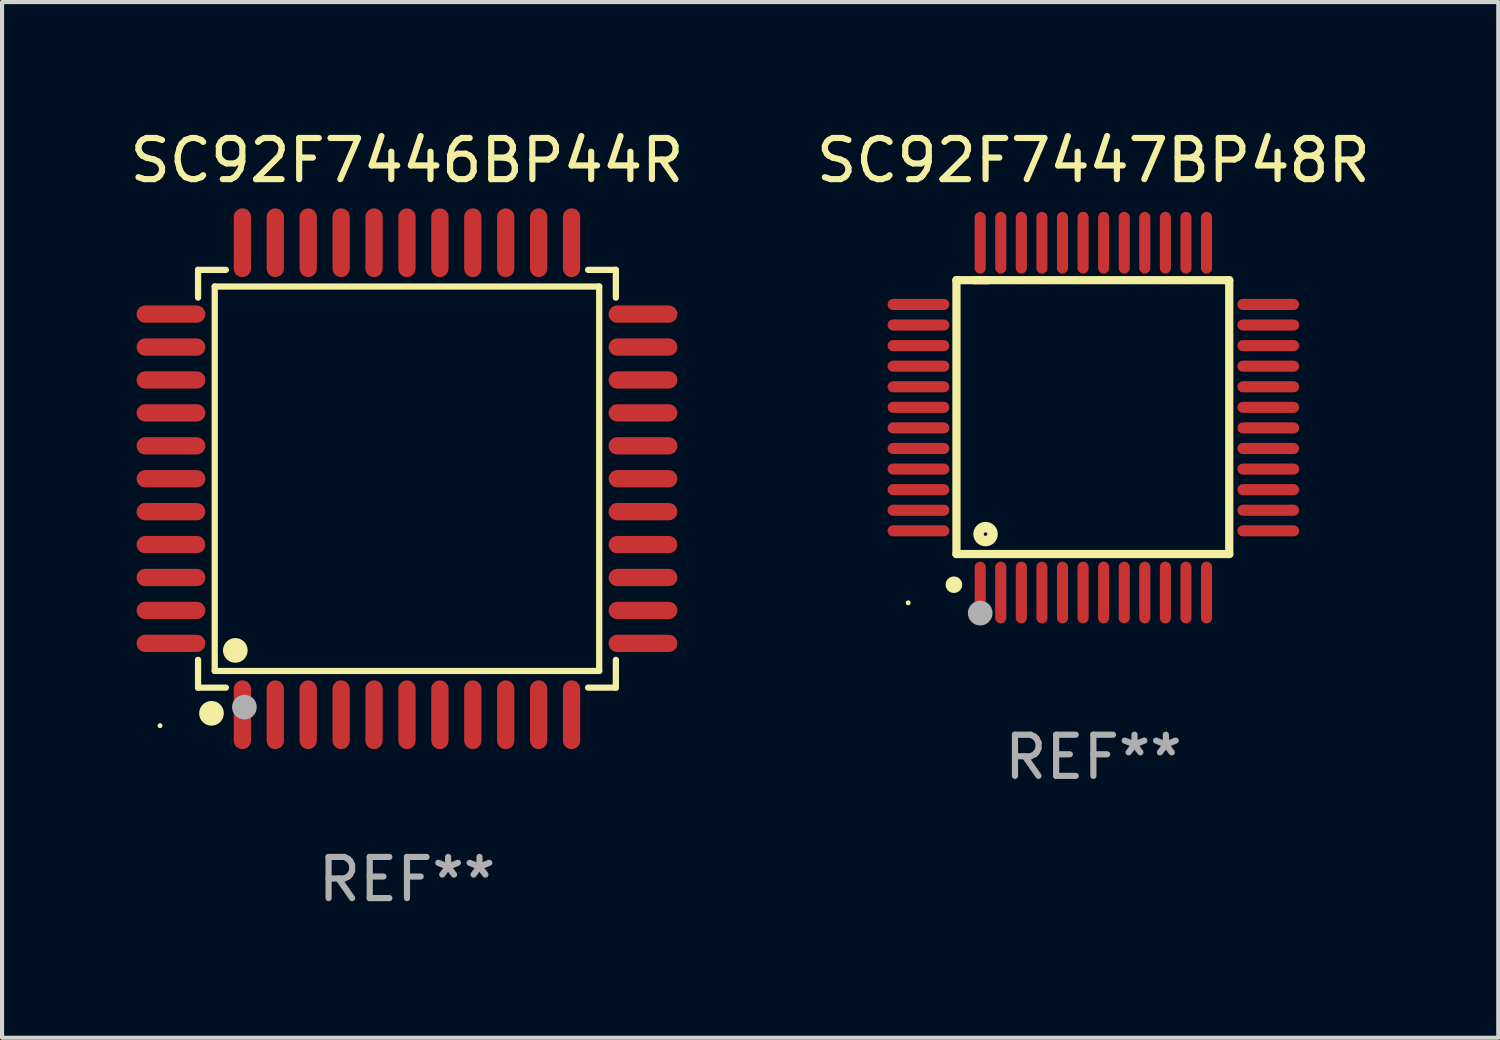
<source format=kicad_pcb>
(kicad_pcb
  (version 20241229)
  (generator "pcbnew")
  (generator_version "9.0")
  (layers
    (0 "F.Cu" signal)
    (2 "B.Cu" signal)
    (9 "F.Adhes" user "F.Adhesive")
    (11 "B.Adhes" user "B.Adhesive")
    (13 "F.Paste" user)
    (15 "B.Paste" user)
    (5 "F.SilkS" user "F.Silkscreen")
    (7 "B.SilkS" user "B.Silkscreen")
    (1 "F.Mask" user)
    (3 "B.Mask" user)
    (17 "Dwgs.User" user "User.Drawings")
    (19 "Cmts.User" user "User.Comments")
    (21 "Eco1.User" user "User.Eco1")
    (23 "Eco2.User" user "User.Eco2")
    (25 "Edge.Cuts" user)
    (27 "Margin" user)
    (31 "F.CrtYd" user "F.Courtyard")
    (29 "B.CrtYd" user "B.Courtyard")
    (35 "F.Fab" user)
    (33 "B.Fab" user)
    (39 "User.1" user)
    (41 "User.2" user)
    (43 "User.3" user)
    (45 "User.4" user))
  (footprint "SC92F7446BP44R"
    (layer "F.Cu")
    (at 6.839 8.583)
    (property "Reference" "SC92F7446BP44R" (at 0 -7.735 0) (layer "F.SilkS") (effects (font (size 1 1) (thickness 0.15))))
    (attr through_hole)
    (fp_line (start -5.076 -5.076) (end -4.401 -5.076) (stroke (width 0.152) (type solid)) (layer "F.SilkS"))
    (fp_line (start -5.076 -4.401) (end -5.076 -5.076) (stroke (width 0.152) (type solid)) (layer "F.SilkS"))
    (fp_line (start -5.076 4.401) (end -5.076 5.076) (stroke (width 0.152) (type solid)) (layer "F.SilkS"))
    (fp_line (start -5.076 5.076) (end -4.401 5.076) (stroke (width 0.152) (type solid)) (layer "F.SilkS"))
    (fp_line (start -4.671 -4.671) (end 4.671 -4.671) (stroke (width 0.152) (type solid)) (layer "F.SilkS"))
    (fp_line (start -4.671 4.671) (end -4.671 -4.671) (stroke (width 0.152) (type solid)) (layer "F.SilkS"))
    (fp_line (start 4.671 -4.671) (end 4.671 4.671) (stroke (width 0.152) (type solid)) (layer "F.SilkS"))
    (fp_line (start 4.671 4.671) (end -4.671 4.671) (stroke (width 0.152) (type solid)) (layer "F.SilkS"))
    (fp_line (start 5.076 -5.076) (end 4.401 -5.076) (stroke (width 0.152) (type solid)) (layer "F.SilkS"))
    (fp_line (start 5.076 -4.401) (end 5.076 -5.076) (stroke (width 0.152) (type solid)) (layer "F.SilkS"))
    (fp_line (start 5.076 4.401) (end 5.076 5.076) (stroke (width 0.152) (type solid)) (layer "F.SilkS"))
    (fp_line (start 5.076 5.076) (end 4.401 5.076) (stroke (width 0.152) (type solid)) (layer "F.SilkS"))
    (fp_circle (center -6 6) (end -5.97 6) (stroke (width 0.06) (type solid)) (fill no) (layer "F.SilkS"))
    (fp_circle (center -4.75 5.7) (end -4.6 5.7) (stroke (width 0.3) (type solid)) (fill no) (layer "F.SilkS"))
    (fp_circle (center -4.171 4.171) (end -4.021 4.171) (stroke (width 0.3) (type solid)) (fill no) (layer "F.SilkS"))
    (fp_circle (center -3.95 5.55) (end -3.8 5.55) (stroke (width 0.3) (type solid)) (fill no) (layer "F.Fab"))
    (fp_text user "REF**" (at 0 9.735 0) (layer "F.Fab") (effects (font (size 1 1) (thickness 0.15))))
    (pad "1" smd oval (at -4 5.735) (size 0.42 1.67) (layers "F.Cu" "F.Mask" "F.Paste"))
    (pad "2" smd oval (at -3.2 5.735) (size 0.42 1.67) (layers "F.Cu" "F.Mask" "F.Paste"))
    (pad "3" smd oval (at -2.4 5.735) (size 0.42 1.67) (layers "F.Cu" "F.Mask" "F.Paste"))
    (pad "4" smd oval (at -1.6 5.735) (size 0.42 1.67) (layers "F.Cu" "F.Mask" "F.Paste"))
    (pad "5" smd oval (at -0.8 5.735) (size 0.42 1.67) (layers "F.Cu" "F.Mask" "F.Paste"))
    (pad "6" smd oval (at 0 5.735) (size 0.42 1.67) (layers "F.Cu" "F.Mask" "F.Paste"))
    (pad "7" smd oval (at 0.8 5.735) (size 0.42 1.67) (layers "F.Cu" "F.Mask" "F.Paste"))
    (pad "8" smd oval (at 1.6 5.735) (size 0.42 1.67) (layers "F.Cu" "F.Mask" "F.Paste"))
    (pad "9" smd oval (at 2.4 5.735) (size 0.42 1.67) (layers "F.Cu" "F.Mask" "F.Paste"))
    (pad "10" smd oval (at 3.2 5.735) (size 0.42 1.67) (layers "F.Cu" "F.Mask" "F.Paste"))
    (pad "11" smd oval (at 4 5.735) (size 0.42 1.67) (layers "F.Cu" "F.Mask" "F.Paste"))
    (pad "12" smd oval (at 5.735 4) (size 1.67 0.42) (layers "F.Cu" "F.Mask" "F.Paste"))
    (pad "13" smd oval (at 5.735 3.2) (size 1.67 0.42) (layers "F.Cu" "F.Mask" "F.Paste"))
    (pad "14" smd oval (at 5.735 2.4) (size 1.67 0.42) (layers "F.Cu" "F.Mask" "F.Paste"))
    (pad "15" smd oval (at 5.735 1.6) (size 1.67 0.42) (layers "F.Cu" "F.Mask" "F.Paste"))
    (pad "16" smd oval (at 5.735 0.8) (size 1.67 0.42) (layers "F.Cu" "F.Mask" "F.Paste"))
    (pad "17" smd oval (at 5.735 0) (size 1.67 0.42) (layers "F.Cu" "F.Mask" "F.Paste"))
    (pad "18" smd oval (at 5.735 -0.8) (size 1.67 0.42) (layers "F.Cu" "F.Mask" "F.Paste"))
    (pad "19" smd oval (at 5.735 -1.6) (size 1.67 0.42) (layers "F.Cu" "F.Mask" "F.Paste"))
    (pad "20" smd oval (at 5.735 -2.4) (size 1.67 0.42) (layers "F.Cu" "F.Mask" "F.Paste"))
    (pad "21" smd oval (at 5.735 -3.2) (size 1.67 0.42) (layers "F.Cu" "F.Mask" "F.Paste"))
    (pad "22" smd oval (at 5.735 -4) (size 1.67 0.42) (layers "F.Cu" "F.Mask" "F.Paste"))
    (pad "23" smd oval (at 4 -5.735) (size 0.42 1.67) (layers "F.Cu" "F.Mask" "F.Paste"))
    (pad "24" smd oval (at 3.2 -5.735) (size 0.42 1.67) (layers "F.Cu" "F.Mask" "F.Paste"))
    (pad "25" smd oval (at 2.4 -5.735) (size 0.42 1.67) (layers "F.Cu" "F.Mask" "F.Paste"))
    (pad "26" smd oval (at 1.6 -5.735) (size 0.42 1.67) (layers "F.Cu" "F.Mask" "F.Paste"))
    (pad "27" smd oval (at 0.8 -5.735) (size 0.42 1.67) (layers "F.Cu" "F.Mask" "F.Paste"))
    (pad "28" smd oval (at 0 -5.735) (size 0.42 1.67) (layers "F.Cu" "F.Mask" "F.Paste"))
    (pad "29" smd oval (at -0.8 -5.735) (size 0.42 1.67) (layers "F.Cu" "F.Mask" "F.Paste"))
    (pad "30" smd oval (at -1.6 -5.735) (size 0.42 1.67) (layers "F.Cu" "F.Mask" "F.Paste"))
    (pad "31" smd oval (at -2.4 -5.735) (size 0.42 1.67) (layers "F.Cu" "F.Mask" "F.Paste"))
    (pad "32" smd oval (at -3.2 -5.735) (size 0.42 1.67) (layers "F.Cu" "F.Mask" "F.Paste"))
    (pad "33" smd oval (at -4 -5.735) (size 0.42 1.67) (layers "F.Cu" "F.Mask" "F.Paste"))
    (pad "34" smd oval (at -5.735 -4) (size 1.67 0.42) (layers "F.Cu" "F.Mask" "F.Paste"))
    (pad "35" smd oval (at -5.735 -3.2) (size 1.67 0.42) (layers "F.Cu" "F.Mask" "F.Paste"))
    (pad "36" smd oval (at -5.735 -2.4) (size 1.67 0.42) (layers "F.Cu" "F.Mask" "F.Paste"))
    (pad "37" smd oval (at -5.735 -1.6) (size 1.67 0.42) (layers "F.Cu" "F.Mask" "F.Paste"))
    (pad "38" smd oval (at -5.735 -0.8) (size 1.67 0.42) (layers "F.Cu" "F.Mask" "F.Paste"))
    (pad "39" smd oval (at -5.735 0) (size 1.67 0.42) (layers "F.Cu" "F.Mask" "F.Paste"))
    (pad "40" smd oval (at -5.735 0.8) (size 1.67 0.42) (layers "F.Cu" "F.Mask" "F.Paste"))
    (pad "41" smd oval (at -5.735 1.6) (size 1.67 0.42) (layers "F.Cu" "F.Mask" "F.Paste"))
    (pad "42" smd oval (at -5.735 2.4) (size 1.67 0.42) (layers "F.Cu" "F.Mask" "F.Paste"))
    (pad "43" smd oval (at -5.735 3.2) (size 1.67 0.42) (layers "F.Cu" "F.Mask" "F.Paste"))
    (pad "44" smd oval (at -5.735 4) (size 1.67 0.42) (layers "F.Cu" "F.Mask" "F.Paste")))
  (footprint "SC92F7447BP48R"
    (layer "F.Cu")
    (at 23.518 7.098)
    (property "Reference" "SC92F7447BP48R" (at 0 -6.25 0) (layer "F.SilkS") (effects (font (size 1 1) (thickness 0.15))))
    (attr through_hole)
    (fp_line (start -3.327 -3.34) (end -2.565 -3.34) (stroke (width 0.2) (type solid)) (layer "F.SilkS"))
    (fp_line (start -3.327 3.315) (end -3.327 -3.34) (stroke (width 0.2) (type solid)) (layer "F.SilkS"))
    (fp_line (start -2.896 -3.34) (end 3.302 -3.34) (stroke (width 0.2) (type solid)) (layer "F.SilkS"))
    (fp_line (start 3.302 -3.34) (end 3.302 3.315) (stroke (width 0.2) (type solid)) (layer "F.SilkS"))
    (fp_line (start 3.302 3.315) (end -3.327 3.315) (stroke (width 0.2) (type solid)) (layer "F.SilkS"))
    (fp_arc (start -3.389992 4.059995) (mid -3.388722 4.059991) (end -3.387452 4.059995) (stroke (width 0.4) (type solid)) (layer "F.SilkS"))
    (fp_circle (center -4.5 4.5) (end -4.47 4.5) (stroke (width 0.06) (type solid)) (fill no) (layer "F.SilkS"))
    (fp_circle (center -2.62 2.83) (end -2.45 2.83) (stroke (width 0.254) (type solid)) (fill no) (layer "F.SilkS"))
    (fp_circle (center -2.75 4.75) (end -2.6 4.75) (stroke (width 0.3) (type solid)) (fill no) (layer "F.Fab"))
    (fp_text user "REF**" (at 0 8.25 0) (layer "F.Fab") (effects (font (size 1 1) (thickness 0.15))))
    (pad "1" smd oval (at -2.75 4.25) (size 0.27 1.5) (layers "F.Cu" "F.Mask" "F.Paste"))
    (pad "2" smd oval (at -2.25 4.25) (size 0.27 1.5) (layers "F.Cu" "F.Mask" "F.Paste"))
    (pad "3" smd oval (at -1.75 4.25) (size 0.27 1.5) (layers "F.Cu" "F.Mask" "F.Paste"))
    (pad "4" smd oval (at -1.25 4.25) (size 0.27 1.5) (layers "F.Cu" "F.Mask" "F.Paste"))
    (pad "5" smd oval (at -0.75 4.25) (size 0.27 1.5) (layers "F.Cu" "F.Mask" "F.Paste"))
    (pad "6" smd oval (at -0.25 4.25) (size 0.27 1.5) (layers "F.Cu" "F.Mask" "F.Paste"))
    (pad "7" smd oval (at 0.25 4.25) (size 0.27 1.5) (layers "F.Cu" "F.Mask" "F.Paste"))
    (pad "8" smd oval (at 0.75 4.25) (size 0.27 1.5) (layers "F.Cu" "F.Mask" "F.Paste"))
    (pad "9" smd oval (at 1.25 4.25) (size 0.27 1.5) (layers "F.Cu" "F.Mask" "F.Paste"))
    (pad "10" smd oval (at 1.75 4.25) (size 0.27 1.5) (layers "F.Cu" "F.Mask" "F.Paste"))
    (pad "11" smd oval (at 2.25 4.25) (size 0.27 1.5) (layers "F.Cu" "F.Mask" "F.Paste"))
    (pad "12" smd oval (at 2.75 4.25) (size 0.27 1.5) (layers "F.Cu" "F.Mask" "F.Paste"))
    (pad "13" smd oval (at 4.25 2.75) (size 1.5 0.27) (layers "F.Cu" "F.Mask" "F.Paste"))
    (pad "14" smd oval (at 4.25 2.25) (size 1.5 0.27) (layers "F.Cu" "F.Mask" "F.Paste"))
    (pad "15" smd oval (at 4.25 1.75) (size 1.5 0.27) (layers "F.Cu" "F.Mask" "F.Paste"))
    (pad "16" smd oval (at 4.25 1.25) (size 1.5 0.27) (layers "F.Cu" "F.Mask" "F.Paste"))
    (pad "17" smd oval (at 4.25 0.75) (size 1.5 0.27) (layers "F.Cu" "F.Mask" "F.Paste"))
    (pad "18" smd oval (at 4.25 0.25) (size 1.5 0.27) (layers "F.Cu" "F.Mask" "F.Paste"))
    (pad "19" smd oval (at 4.25 -0.25) (size 1.5 0.27) (layers "F.Cu" "F.Mask" "F.Paste"))
    (pad "20" smd oval (at 4.25 -0.75) (size 1.5 0.27) (layers "F.Cu" "F.Mask" "F.Paste"))
    (pad "21" smd oval (at 4.25 -1.25) (size 1.5 0.27) (layers "F.Cu" "F.Mask" "F.Paste"))
    (pad "22" smd oval (at 4.25 -1.75) (size 1.5 0.27) (layers "F.Cu" "F.Mask" "F.Paste"))
    (pad "23" smd oval (at 4.25 -2.25) (size 1.5 0.27) (layers "F.Cu" "F.Mask" "F.Paste"))
    (pad "24" smd oval (at 4.25 -2.75) (size 1.5 0.27) (layers "F.Cu" "F.Mask" "F.Paste"))
    (pad "25" smd oval (at 2.75 -4.25) (size 0.27 1.5) (layers "F.Cu" "F.Mask" "F.Paste"))
    (pad "26" smd oval (at 2.25 -4.25) (size 0.27 1.5) (layers "F.Cu" "F.Mask" "F.Paste"))
    (pad "27" smd oval (at 1.75 -4.25) (size 0.27 1.5) (layers "F.Cu" "F.Mask" "F.Paste"))
    (pad "28" smd oval (at 1.25 -4.25) (size 0.27 1.5) (layers "F.Cu" "F.Mask" "F.Paste"))
    (pad "29" smd oval (at 0.75 -4.25) (size 0.27 1.5) (layers "F.Cu" "F.Mask" "F.Paste"))
    (pad "30" smd oval (at 0.25 -4.25) (size 0.27 1.5) (layers "F.Cu" "F.Mask" "F.Paste"))
    (pad "31" smd oval (at -0.25 -4.25) (size 0.27 1.5) (layers "F.Cu" "F.Mask" "F.Paste"))
    (pad "32" smd oval (at -0.75 -4.25) (size 0.27 1.5) (layers "F.Cu" "F.Mask" "F.Paste"))
    (pad "33" smd oval (at -1.25 -4.25) (size 0.27 1.5) (layers "F.Cu" "F.Mask" "F.Paste"))
    (pad "34" smd oval (at -1.75 -4.25) (size 0.27 1.5) (layers "F.Cu" "F.Mask" "F.Paste"))
    (pad "35" smd oval (at -2.25 -4.25) (size 0.27 1.5) (layers "F.Cu" "F.Mask" "F.Paste"))
    (pad "36" smd oval (at -2.75 -4.25) (size 0.27 1.5) (layers "F.Cu" "F.Mask" "F.Paste"))
    (pad "37" smd oval (at -4.25 -2.75) (size 1.5 0.27) (layers "F.Cu" "F.Mask" "F.Paste"))
    (pad "38" smd oval (at -4.25 -2.25) (size 1.5 0.27) (layers "F.Cu" "F.Mask" "F.Paste"))
    (pad "39" smd oval (at -4.25 -1.75) (size 1.5 0.27) (layers "F.Cu" "F.Mask" "F.Paste"))
    (pad "40" smd oval (at -4.25 -1.25) (size 1.5 0.27) (layers "F.Cu" "F.Mask" "F.Paste"))
    (pad "41" smd oval (at -4.25 -0.75) (size 1.5 0.27) (layers "F.Cu" "F.Mask" "F.Paste"))
    (pad "42" smd oval (at -4.25 -0.25) (size 1.5 0.27) (layers "F.Cu" "F.Mask" "F.Paste"))
    (pad "43" smd oval (at -4.25 0.25) (size 1.5 0.27) (layers "F.Cu" "F.Mask" "F.Paste"))
    (pad "44" smd oval (at -4.25 0.75) (size 1.5 0.27) (layers "F.Cu" "F.Mask" "F.Paste"))
    (pad "45" smd oval (at -4.25 1.25) (size 1.5 0.27) (layers "F.Cu" "F.Mask" "F.Paste"))
    (pad "46" smd oval (at -4.25 1.75) (size 1.5 0.27) (layers "F.Cu" "F.Mask" "F.Paste"))
    (pad "47" smd oval (at -4.25 2.25) (size 1.5 0.27) (layers "F.Cu" "F.Mask" "F.Paste"))
    (pad "48" smd oval (at -4.25 2.75) (size 1.5 0.27) (layers "F.Cu" "F.Mask" "F.Paste")))
  (gr_rect
    (start -3 -3)
    (end 33.357 22.167)
    (stroke (width 0.1) (type default))
    (fill no)
    (layer "Edge.Cuts")))
</source>
